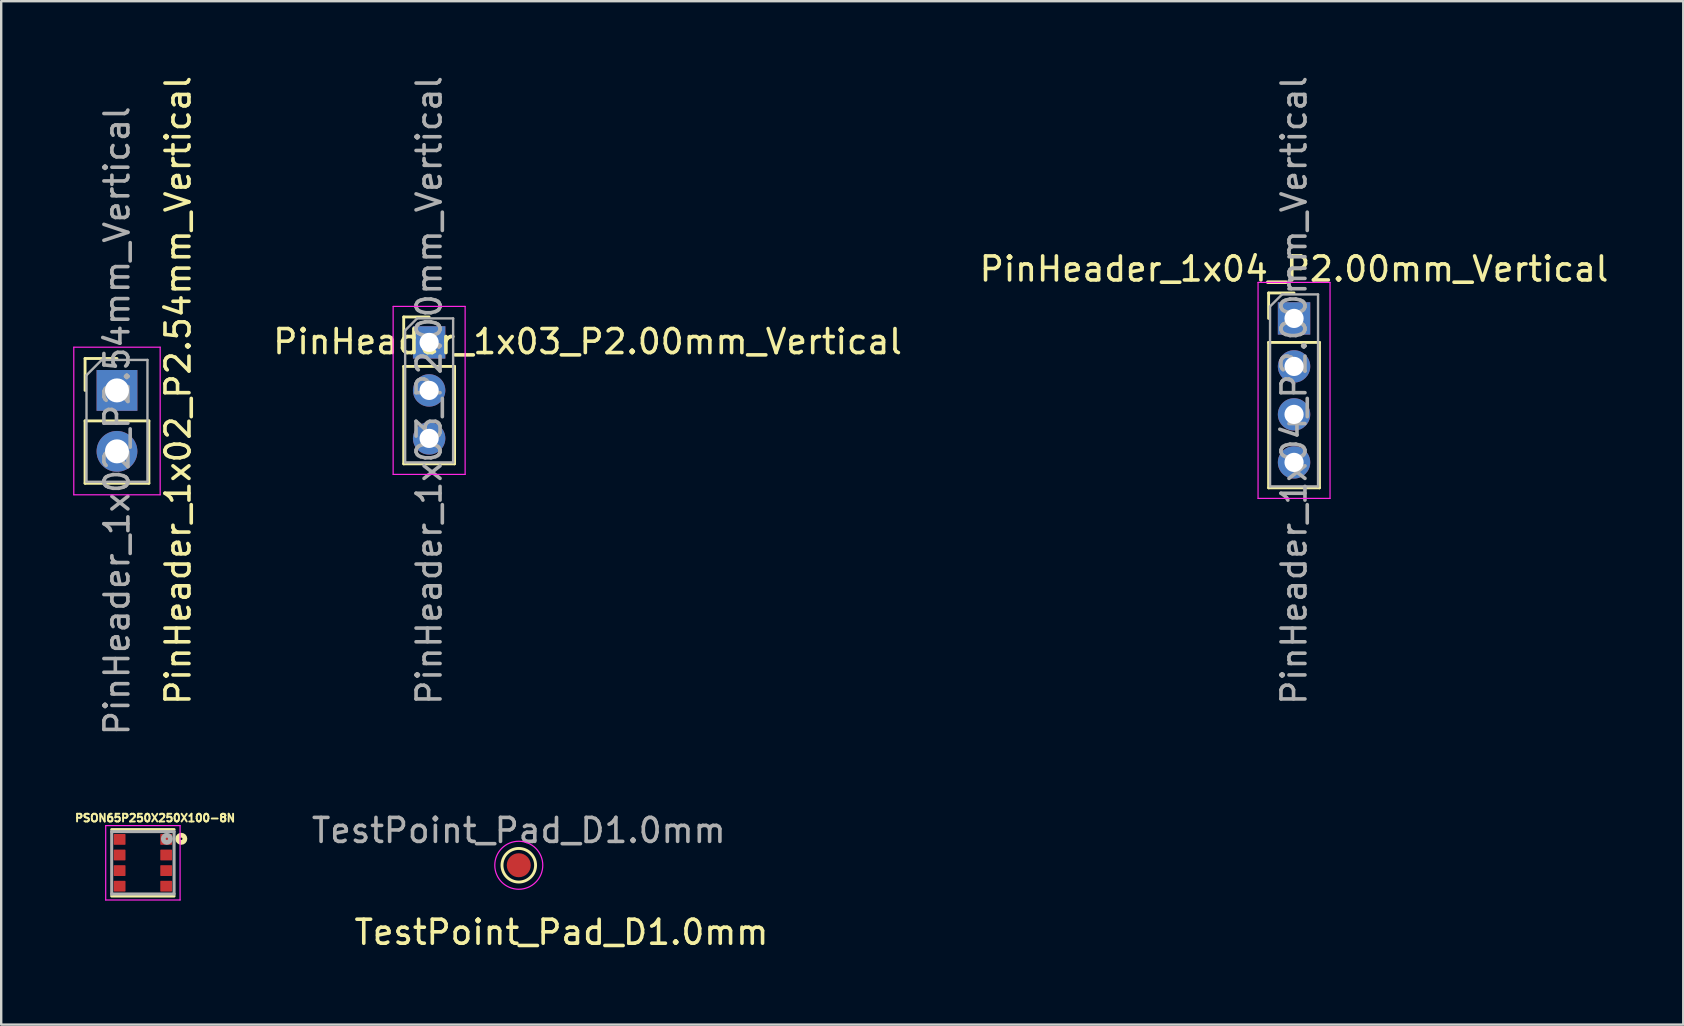
<source format=kicad_pcb>
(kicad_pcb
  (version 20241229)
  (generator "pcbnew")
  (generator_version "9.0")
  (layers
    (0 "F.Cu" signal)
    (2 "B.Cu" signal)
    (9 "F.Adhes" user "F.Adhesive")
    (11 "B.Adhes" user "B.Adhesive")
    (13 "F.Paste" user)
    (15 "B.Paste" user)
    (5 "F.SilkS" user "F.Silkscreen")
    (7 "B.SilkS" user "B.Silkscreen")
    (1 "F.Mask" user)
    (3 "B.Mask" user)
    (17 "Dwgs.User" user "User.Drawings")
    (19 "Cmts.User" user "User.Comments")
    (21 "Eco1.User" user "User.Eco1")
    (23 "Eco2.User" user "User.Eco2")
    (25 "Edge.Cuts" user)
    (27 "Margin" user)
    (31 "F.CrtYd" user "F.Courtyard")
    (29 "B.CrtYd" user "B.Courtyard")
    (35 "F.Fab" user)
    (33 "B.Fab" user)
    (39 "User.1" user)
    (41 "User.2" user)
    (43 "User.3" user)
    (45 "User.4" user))
  (footprint "TestPoint_Pad_D1.0mm"
    (layer "F.Cu")
    (at 18.57 33.009)
    (property "Reference" "TestPoint_Pad_D1.0mm" (at 1.778 2.794 180) (layer "F.SilkS") (effects (font (size 1 1) (thickness 0.15))))
    (attr exclude_from_pos_files)
    (fp_circle (center 0 0) (end 0 0.7) (stroke (width 0.12) (type solid)) (fill no) (layer "F.SilkS"))
    (fp_circle (center 0 0) (end 1 0) (stroke (width 0.05) (type solid)) (fill no) (layer "F.CrtYd"))
    (fp_text user "${REFERENCE}" (at 0 -1.45 180) (layer "F.Fab") (effects (font (size 1 1) (thickness 0.15))))
    (pad "1" smd circle (at 0 0) (size 1 1) (layers "F.Cu" "F.Mask")))
  (footprint "PinHeader_1x04_P2.00mm_Vertical"
    (layer "F.Cu")
    (at 50.879 10.22)
    (property "Reference" "PinHeader_1x04_P2.00mm_Vertical" (at 0 -2.06 0) (layer "F.SilkS") (effects (font (size 1 1) (thickness 0.15))))
    (attr through_hole)
    (fp_line (start -1.06 -1.06) (end 0 -1.06) (stroke (width 0.12) (type solid)) (layer "F.SilkS"))
    (fp_line (start -1.06 0) (end -1.06 -1.06) (stroke (width 0.12) (type solid)) (layer "F.SilkS"))
    (fp_line (start -1.06 1) (end -1.06 7.06) (stroke (width 0.12) (type solid)) (layer "F.SilkS"))
    (fp_line (start -1.06 1) (end 1.06 1) (stroke (width 0.12) (type solid)) (layer "F.SilkS"))
    (fp_line (start -1.06 7.06) (end 1.06 7.06) (stroke (width 0.12) (type solid)) (layer "F.SilkS"))
    (fp_line (start 1.06 1) (end 1.06 7.06) (stroke (width 0.12) (type solid)) (layer "F.SilkS"))
    (fp_line (start -1.5 -1.5) (end -1.5 7.5) (stroke (width 0.05) (type solid)) (layer "F.CrtYd"))
    (fp_line (start -1.5 7.5) (end 1.5 7.5) (stroke (width 0.05) (type solid)) (layer "F.CrtYd"))
    (fp_line (start 1.5 -1.5) (end -1.5 -1.5) (stroke (width 0.05) (type solid)) (layer "F.CrtYd"))
    (fp_line (start 1.5 7.5) (end 1.5 -1.5) (stroke (width 0.05) (type solid)) (layer "F.CrtYd"))
    (fp_line (start -1 -0.5) (end -0.5 -1) (stroke (width 0.1) (type solid)) (layer "F.Fab"))
    (fp_line (start -1 7) (end -1 -0.5) (stroke (width 0.1) (type solid)) (layer "F.Fab"))
    (fp_line (start -0.5 -1) (end 1 -1) (stroke (width 0.1) (type solid)) (layer "F.Fab"))
    (fp_line (start 1 -1) (end 1 7) (stroke (width 0.1) (type solid)) (layer "F.Fab"))
    (fp_line (start 1 7) (end -1 7) (stroke (width 0.1) (type solid)) (layer "F.Fab"))
    (fp_text user "${REFERENCE}" (at 0 3 90) (layer "F.Fab") (effects (font (size 1 1) (thickness 0.15))))
    (pad "1" thru_hole rect (at 0 0) (size 1.35 1.35) (drill 0.8) (layers "*.Cu" "*.Mask"))
    (pad "2" thru_hole oval (at 0 2) (size 1.35 1.35) (drill 0.8) (layers "*.Cu" "*.Mask"))
    (pad "3" thru_hole oval (at 0 4) (size 1.35 1.35) (drill 0.8) (layers "*.Cu" "*.Mask"))
    (pad "4" thru_hole oval (at 0 6) (size 1.35 1.35) (drill 0.8) (layers "*.Cu" "*.Mask")))
  (footprint "PinHeader_1x02_P2.54mm_Vertical"
    (layer "F.Cu")
    (at 1.825 13.22)
    (property "Reference" "PinHeader_1x02_P2.54mm_Vertical" (at 2.545 0 90) (layer "F.SilkS") (effects (font (size 1 1) (thickness 0.15))))
    (attr through_hole)
    (fp_line (start -1.33 -1.33) (end 0 -1.33) (stroke (width 0.12) (type solid)) (layer "F.SilkS"))
    (fp_line (start -1.33 0) (end -1.33 -1.33) (stroke (width 0.12) (type solid)) (layer "F.SilkS"))
    (fp_line (start -1.33 1.27) (end -1.33 3.87) (stroke (width 0.12) (type solid)) (layer "F.SilkS"))
    (fp_line (start -1.33 1.27) (end 1.33 1.27) (stroke (width 0.12) (type solid)) (layer "F.SilkS"))
    (fp_line (start -1.33 3.87) (end 1.33 3.87) (stroke (width 0.12) (type solid)) (layer "F.SilkS"))
    (fp_line (start 1.33 1.27) (end 1.33 3.87) (stroke (width 0.12) (type solid)) (layer "F.SilkS"))
    (fp_line (start -1.8 -1.8) (end -1.8 4.35) (stroke (width 0.05) (type solid)) (layer "F.CrtYd"))
    (fp_line (start -1.8 4.35) (end 1.8 4.35) (stroke (width 0.05) (type solid)) (layer "F.CrtYd"))
    (fp_line (start 1.8 -1.8) (end -1.8 -1.8) (stroke (width 0.05) (type solid)) (layer "F.CrtYd"))
    (fp_line (start 1.8 4.35) (end 1.8 -1.8) (stroke (width 0.05) (type solid)) (layer "F.CrtYd"))
    (fp_line (start -1.27 -0.635) (end -0.635 -1.27) (stroke (width 0.1) (type solid)) (layer "F.Fab"))
    (fp_line (start -1.27 3.81) (end -1.27 -0.635) (stroke (width 0.1) (type solid)) (layer "F.Fab"))
    (fp_line (start -0.635 -1.27) (end 1.27 -1.27) (stroke (width 0.1) (type solid)) (layer "F.Fab"))
    (fp_line (start 1.27 -1.27) (end 1.27 3.81) (stroke (width 0.1) (type solid)) (layer "F.Fab"))
    (fp_line (start 1.27 3.81) (end -1.27 3.81) (stroke (width 0.1) (type solid)) (layer "F.Fab"))
    (fp_text user "${REFERENCE}" (at 0 1.27 270) (layer "F.Fab") (effects (font (size 1 1) (thickness 0.15))))
    (pad "1" thru_hole rect (at 0 0) (size 1.7 1.7) (drill 1) (layers "*.Cu" "*.Mask"))
    (pad "2" thru_hole oval (at 0 2.54) (size 1.7 1.7) (drill 1) (layers "*.Cu" "*.Mask")))
  (footprint "PSON65P250X250X100-8N"
    (layer "F.Cu")
    (at 2.905 32.907)
    (property "Reference" "PSON65P250X250X100-8N" (at 0.508 -1.867 0) (layer "F.SilkS") (effects (font (size 0.322 0.322) (thickness 0.15))))
    (attr through_hole)
    (fp_line (start -1.3 -1.385) (end 1.3 -1.385) (stroke (width 0.127) (type solid)) (layer "F.SilkS"))
    (fp_line (start -1.3 1.385) (end 1.3 1.385) (stroke (width 0.127) (type solid)) (layer "F.SilkS"))
    (fp_circle (center 1.6 -1) (end 1.65 -1) (stroke (width 0.2) (type solid)) (fill no) (layer "F.SilkS"))
    (fp_line (start -1.55 -1.55) (end 1.55 -1.55) (stroke (width 0.05) (type solid)) (layer "F.CrtYd"))
    (fp_line (start -1.55 1.55) (end -1.55 -1.55) (stroke (width 0.05) (type solid)) (layer "F.CrtYd"))
    (fp_line (start 1.55 -1.55) (end 1.55 1.55) (stroke (width 0.05) (type solid)) (layer "F.CrtYd"))
    (fp_line (start 1.55 1.55) (end -1.55 1.55) (stroke (width 0.05) (type solid)) (layer "F.CrtYd"))
    (fp_line (start -1.3 -1.3) (end -1.3 1.3) (stroke (width 0.127) (type solid)) (layer "F.Fab"))
    (fp_line (start -1.3 1.3) (end 1.3 1.3) (stroke (width 0.127) (type solid)) (layer "F.Fab"))
    (fp_line (start 1.3 -1.3) (end -1.3 -1.3) (stroke (width 0.127) (type solid)) (layer "F.Fab"))
    (fp_line (start 1.3 1.3) (end 1.3 -1.3) (stroke (width 0.127) (type solid)) (layer "F.Fab"))
    (fp_circle (center 1 -1) (end 1.05 -1) (stroke (width 0.2) (type solid)) (fill no) (layer "F.Fab"))
    (pad "1" smd roundrect (at 0.97 -0.975) (size 0.49 0.45) (layers "F.Cu" "F.Mask" "F.Paste") (roundrect_rratio 0.06))
    (pad "2" smd roundrect (at 0.97 -0.325) (size 0.49 0.45) (layers "F.Cu" "F.Mask" "F.Paste") (roundrect_rratio 0.06))
    (pad "3" smd roundrect (at 0.97 0.325) (size 0.49 0.45) (layers "F.Cu" "F.Mask" "F.Paste") (roundrect_rratio 0.06))
    (pad "4" smd roundrect (at 0.97 0.975) (size 0.49 0.45) (layers "F.Cu" "F.Mask" "F.Paste") (roundrect_rratio 0.06))
    (pad "5" smd roundrect (at -0.97 0.975) (size 0.49 0.45) (layers "F.Cu" "F.Mask" "F.Paste") (roundrect_rratio 0.06))
    (pad "6" smd roundrect (at -0.97 0.325) (size 0.49 0.45) (layers "F.Cu" "F.Mask" "F.Paste") (roundrect_rratio 0.06))
    (pad "7" smd roundrect (at -0.97 -0.325) (size 0.49 0.45) (layers "F.Cu" "F.Mask" "F.Paste") (roundrect_rratio 0.06))
    (pad "8" smd roundrect (at -0.97 -0.975) (size 0.49 0.45) (layers "F.Cu" "F.Mask" "F.Paste") (roundrect_rratio 0.06)))
  (footprint "PinHeader_1x03_P2.00mm_Vertical"
    (layer "F.Cu")
    (at 14.834 11.22)
    (property "Reference" "PinHeader_1x03_P2.00mm_Vertical" (at 6.604 -0.032 0) (layer "F.SilkS") (effects (font (size 1 1) (thickness 0.15))))
    (attr through_hole)
    (fp_line (start -1.06 -1.06) (end 0 -1.06) (stroke (width 0.12) (type solid)) (layer "F.SilkS"))
    (fp_line (start -1.06 0) (end -1.06 -1.06) (stroke (width 0.12) (type solid)) (layer "F.SilkS"))
    (fp_line (start -1.06 1) (end -1.06 5.06) (stroke (width 0.12) (type solid)) (layer "F.SilkS"))
    (fp_line (start -1.06 1) (end 1.06 1) (stroke (width 0.12) (type solid)) (layer "F.SilkS"))
    (fp_line (start -1.06 5.06) (end 1.06 5.06) (stroke (width 0.12) (type solid)) (layer "F.SilkS"))
    (fp_line (start 1.06 1) (end 1.06 5.06) (stroke (width 0.12) (type solid)) (layer "F.SilkS"))
    (fp_line (start -1.5 -1.5) (end -1.5 5.5) (stroke (width 0.05) (type solid)) (layer "F.CrtYd"))
    (fp_line (start -1.5 5.5) (end 1.5 5.5) (stroke (width 0.05) (type solid)) (layer "F.CrtYd"))
    (fp_line (start 1.5 -1.5) (end -1.5 -1.5) (stroke (width 0.05) (type solid)) (layer "F.CrtYd"))
    (fp_line (start 1.5 5.5) (end 1.5 -1.5) (stroke (width 0.05) (type solid)) (layer "F.CrtYd"))
    (fp_line (start -1 -0.5) (end -0.5 -1) (stroke (width 0.1) (type solid)) (layer "F.Fab"))
    (fp_line (start -1 5) (end -1 -0.5) (stroke (width 0.1) (type solid)) (layer "F.Fab"))
    (fp_line (start -0.5 -1) (end 1 -1) (stroke (width 0.1) (type solid)) (layer "F.Fab"))
    (fp_line (start 1 -1) (end 1 5) (stroke (width 0.1) (type solid)) (layer "F.Fab"))
    (fp_line (start 1 5) (end -1 5) (stroke (width 0.1) (type solid)) (layer "F.Fab"))
    (fp_text user "${REFERENCE}" (at 0 2 90) (layer "F.Fab") (effects (font (size 1 1) (thickness 0.15))))
    (pad "1" thru_hole rect (at 0 0) (size 1.35 1.35) (drill 0.8) (layers "*.Cu" "*.Mask"))
    (pad "2" thru_hole oval (at 0 2) (size 1.35 1.35) (drill 0.8) (layers "*.Cu" "*.Mask"))
    (pad "3" thru_hole oval (at 0 4) (size 1.35 1.35) (drill 0.8) (layers "*.Cu" "*.Mask")))
  (gr_rect
    (start -3 -3)
    (end 67.099 39.651)
    (stroke (width 0.1) (type default))
    (fill no)
    (layer "Edge.Cuts")))
</source>
